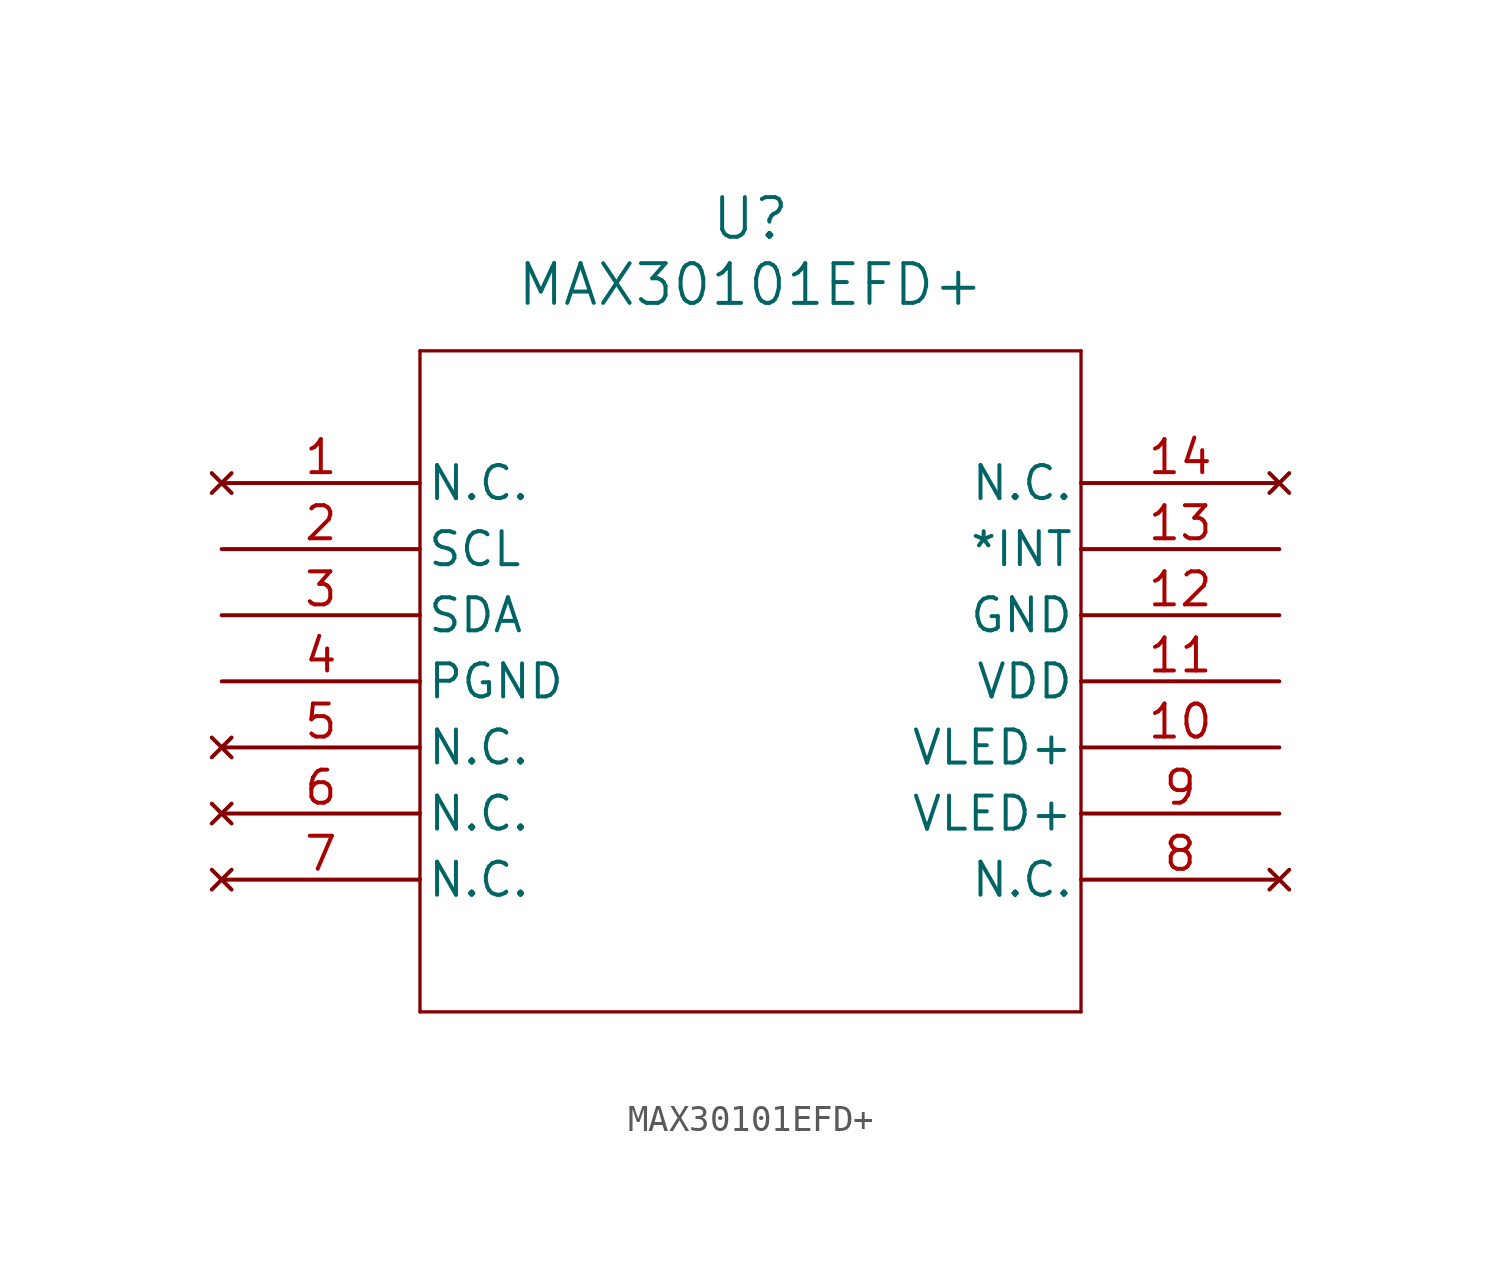
<source format=kicad_sym>
(kicad_symbol_lib
  (version 20211014)
  (generator kicad_symbol_editor)
  (symbol "MAX30101EFD+"
    (pin_names
      (offset 0.254))
    (property "Reference" "U"
      (at 20.32 10.16 0)
      (effects (font (size 1.524 1.524))))
    (property "Value" "MAX30101EFD+"
      (at 20.32 7.62 0)
      (effects (font (size 1.524 1.524))))
    (symbol "MAX30101EFD+_0_1"
      (polyline (pts (xy 7.62 5.08) (xy 7.62 -20.32)) (stroke (width 0.127) (type default) (color 0 0 0 0)) (fill (type none)))
      (polyline (pts (xy 7.62 -20.32) (xy 33.02 -20.32)) (stroke (width 0.127) (type default) (color 0 0 0 0)) (fill (type none)))
      (polyline (pts (xy 33.02 -20.32) (xy 33.02 5.08)) (stroke (width 0.127) (type default) (color 0 0 0 0)) (fill (type none)))
      (polyline (pts (xy 33.02 5.08) (xy 7.62 5.08)) (stroke (width 0.127) (type default) (color 0 0 0 0)) (fill (type none)))
      (pin no_connect line (at 0 0 0) (length 7.62) (name "N.C." (effects (font (size 1.27 1.27)))) (number "1" (effects (font (size 1.27 1.27)))))
      (pin unspecified line (at 0 -2.54 0) (length 7.62) (name "SCL" (effects (font (size 1.27 1.27)))) (number "2" (effects (font (size 1.27 1.27)))))
      (pin unspecified line (at 0 -5.08 0) (length 7.62) (name "SDA" (effects (font (size 1.27 1.27)))) (number "3" (effects (font (size 1.27 1.27)))))
      (pin power_out line (at 0 -7.62 0) (length 7.62) (name "PGND" (effects (font (size 1.27 1.27)))) (number "4" (effects (font (size 1.27 1.27)))))
      (pin no_connect line (at 0 -10.16 0) (length 7.62) (name "N.C." (effects (font (size 1.27 1.27)))) (number "5" (effects (font (size 1.27 1.27)))))
      (pin no_connect line (at 0 -12.7 0) (length 7.62) (name "N.C." (effects (font (size 1.27 1.27)))) (number "6" (effects (font (size 1.27 1.27)))))
      (pin no_connect line (at 0 -15.24 0) (length 7.62) (name "N.C." (effects (font (size 1.27 1.27)))) (number "7" (effects (font (size 1.27 1.27)))))
      (pin no_connect line (at 40.64 -15.24 180) (length 7.62) (name "N.C." (effects (font (size 1.27 1.27)))) (number "8" (effects (font (size 1.27 1.27)))))
      (pin unspecified line (at 40.64 -12.7 180) (length 7.62) (name "VLED+" (effects (font (size 1.27 1.27)))) (number "9" (effects (font (size 1.27 1.27)))))
      (pin unspecified line (at 40.64 -10.16 180) (length 7.62) (name "VLED+" (effects (font (size 1.27 1.27)))) (number "10" (effects (font (size 1.27 1.27)))))
      (pin power_in line (at 40.64 -7.62 180) (length 7.62) (name "VDD" (effects (font (size 1.27 1.27)))) (number "11" (effects (font (size 1.27 1.27)))))
      (pin power_out line (at 40.64 -5.08 180) (length 7.62) (name "GND" (effects (font (size 1.27 1.27)))) (number "12" (effects (font (size 1.27 1.27)))))
      (pin unspecified line (at 40.64 -2.54 180) (length 7.62) (name "*INT" (effects (font (size 1.27 1.27)))) (number "13" (effects (font (size 1.27 1.27)))))
      (pin no_connect line (at 40.64 0 180) (length 7.62) (name "N.C." (effects (font (size 1.27 1.27)))) (number "14" (effects (font (size 1.27 1.27))))))))
</source>
